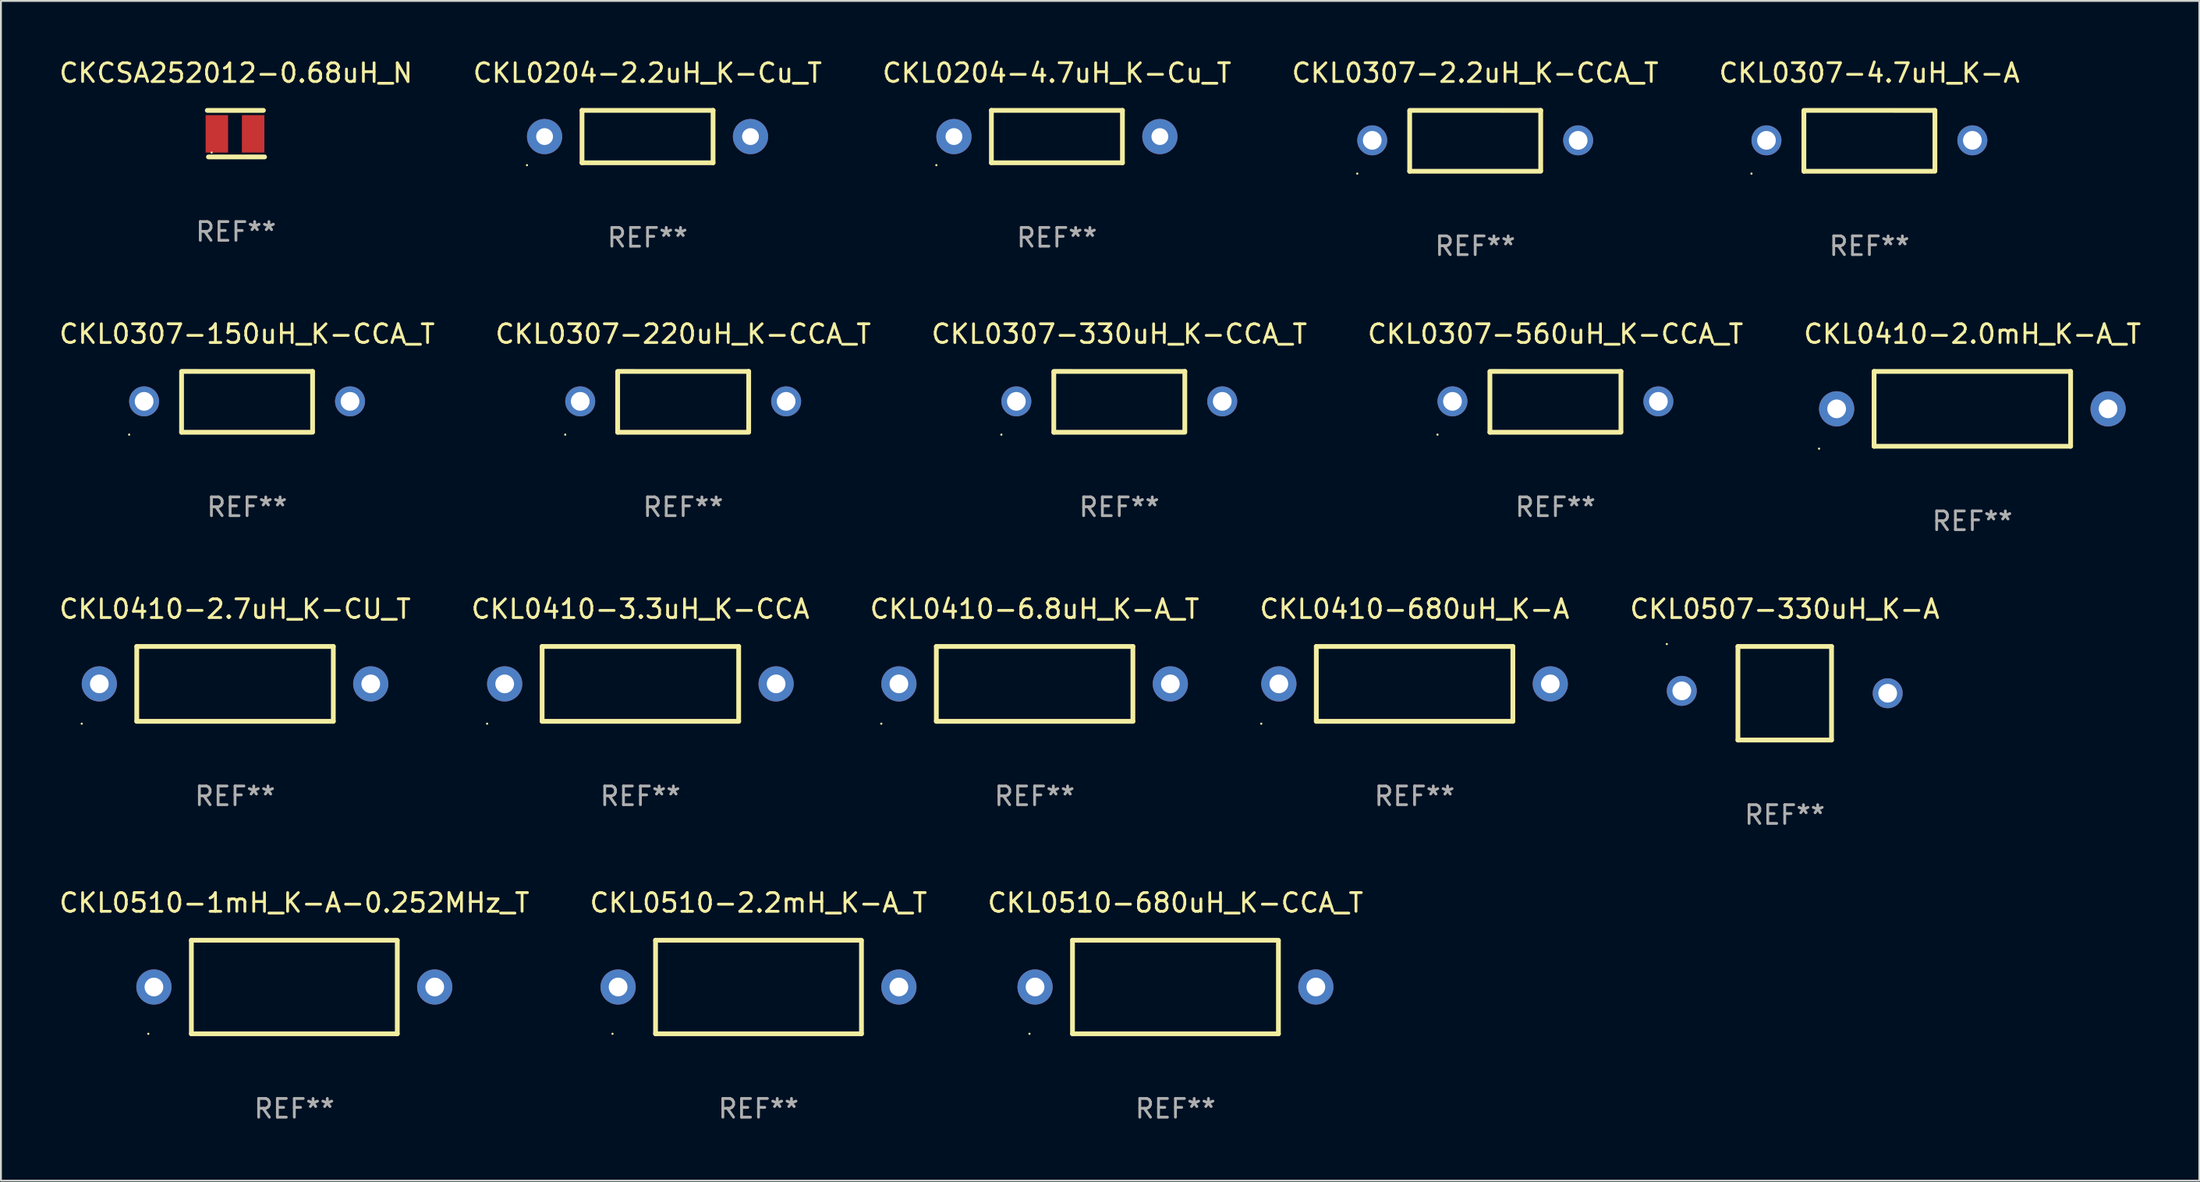
<source format=kicad_pcb>
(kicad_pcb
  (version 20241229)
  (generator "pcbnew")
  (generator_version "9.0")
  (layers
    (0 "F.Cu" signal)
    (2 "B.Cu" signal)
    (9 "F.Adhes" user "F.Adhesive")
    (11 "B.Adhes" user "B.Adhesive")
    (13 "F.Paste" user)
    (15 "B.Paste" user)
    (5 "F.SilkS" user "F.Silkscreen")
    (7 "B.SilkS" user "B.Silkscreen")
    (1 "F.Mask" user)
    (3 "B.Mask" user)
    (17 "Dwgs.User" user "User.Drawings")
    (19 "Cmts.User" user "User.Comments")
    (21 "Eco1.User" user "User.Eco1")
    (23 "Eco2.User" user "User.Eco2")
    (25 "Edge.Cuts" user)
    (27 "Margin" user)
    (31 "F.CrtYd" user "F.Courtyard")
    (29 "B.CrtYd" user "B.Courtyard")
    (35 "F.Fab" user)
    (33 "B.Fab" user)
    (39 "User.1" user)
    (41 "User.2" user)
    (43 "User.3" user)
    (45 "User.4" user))
  (footprint "CKL0410-2.7uH_K-CU_T"
    (layer "F.Cu")
    (at 9.506 33.492)
    (property "Reference" "CKL0410-2.7uH_K-CU_T" (at 0 -4 0) (layer "F.SilkS") (effects (font (size 1 1) (thickness 0.15))))
    (attr through_hole)
    (fp_line (start -5.25 -2) (end 5.25 -2) (stroke (width 0.254) (type solid)) (layer "F.SilkS"))
    (fp_line (start -5.25 2) (end -5.25 -2) (stroke (width 0.254) (type solid)) (layer "F.SilkS"))
    (fp_line (start 5.25 2) (end -5.25 2) (stroke (width 0.254) (type solid)) (layer "F.SilkS"))
    (fp_line (start 5.25 2) (end 5.25 -2) (stroke (width 0.254) (type solid)) (layer "F.SilkS"))
    (fp_circle (center -8.19 2.127) (end -8.16 2.127) (stroke (width 0.06) (type solid)) (fill no) (layer "F.SilkS"))
    (fp_text user "REF**" (at 0 6 0) (layer "F.Fab") (effects (font (size 1 1) (thickness 0.15))))
    (pad "1" thru_hole circle (at -7.25 0) (size 1.88 1.88) (drill 1) (layers "*.Cu" "*.Mask"))
    (pad "2" thru_hole circle (at 7.25 0) (size 1.88 1.88) (drill 1) (layers "*.Cu" "*.Mask")))
  (footprint "CKL0307-150uH_K-CCA_T"
    (layer "F.Cu")
    (at 10.149 18.421)
    (property "Reference" "CKL0307-150uH_K-CCA_T" (at 0 -3.626 0) (layer "F.SilkS") (effects (font (size 1 1) (thickness 0.15))))
    (attr through_hole)
    (fp_line (start -3.5 -1.626) (end 3.5 -1.625) (stroke (width 0.254) (type solid)) (layer "F.SilkS"))
    (fp_line (start -3.5 1.626) (end -3.5 -1.575) (stroke (width 0.254) (type solid)) (layer "F.SilkS"))
    (fp_line (start 3.5 -1.626) (end 3.5 1.575) (stroke (width 0.254) (type solid)) (layer "F.SilkS"))
    (fp_line (start 3.5 1.626) (end -3.5 1.626) (stroke (width 0.254) (type solid)) (layer "F.SilkS"))
    (fp_circle (center -6.3 1.753) (end -6.27 1.753) (stroke (width 0.06) (type solid)) (fill no) (layer "F.SilkS"))
    (fp_text user "REF**" (at 0 5.626 0) (layer "F.Fab") (effects (font (size 1 1) (thickness 0.15))))
    (pad "1" thru_hole circle (at -5.5 -0.025) (size 1.6 1.6) (drill 1) (layers "*.Cu" "*.Mask"))
    (pad "2" thru_hole circle (at 5.5 -0.025) (size 1.6 1.6) (drill 1) (layers "*.Cu" "*.Mask")))
  (footprint "CKL0410-680uH_K-A"
    (layer "F.Cu")
    (at 72.518 33.492)
    (property "Reference" "CKL0410-680uH_K-A" (at 0 -4 0) (layer "F.SilkS") (effects (font (size 1 1) (thickness 0.15))))
    (attr through_hole)
    (fp_line (start -5.25 -2) (end 5.25 -2) (stroke (width 0.254) (type solid)) (layer "F.SilkS"))
    (fp_line (start -5.25 2) (end -5.25 -2) (stroke (width 0.254) (type solid)) (layer "F.SilkS"))
    (fp_line (start 5.25 2) (end -5.25 2) (stroke (width 0.254) (type solid)) (layer "F.SilkS"))
    (fp_line (start 5.25 2) (end 5.25 -2) (stroke (width 0.254) (type solid)) (layer "F.SilkS"))
    (fp_circle (center -8.19 2.127) (end -8.16 2.127) (stroke (width 0.06) (type solid)) (fill no) (layer "F.SilkS"))
    (fp_text user "REF**" (at 0 6 0) (layer "F.Fab") (effects (font (size 1 1) (thickness 0.15))))
    (pad "1" thru_hole circle (at -7.25 0) (size 1.88 1.88) (drill 1) (layers "*.Cu" "*.Mask"))
    (pad "2" thru_hole circle (at 7.25 0) (size 1.88 1.88) (drill 1) (layers "*.Cu" "*.Mask")))
  (footprint "CKL0510-1mH_K-A-0.252MHz_T"
    (layer "F.Cu")
    (at 12.673 49.689)
    (property "Reference" "CKL0510-1mH_K-A-0.252MHz_T" (at 0 -4.5 0) (layer "F.SilkS") (effects (font (size 1 1) (thickness 0.15))))
    (attr through_hole)
    (fp_line (start -5.5 2.5) (end -5.5 -2.5) (stroke (width 0.254) (type solid)) (layer "F.SilkS"))
    (fp_line (start 5.5 -2.5) (end -5.5 -2.5) (stroke (width 0.254) (type solid)) (layer "F.SilkS"))
    (fp_line (start 5.5 2.5) (end -5.5 2.5) (stroke (width 0.254) (type solid)) (layer "F.SilkS"))
    (fp_line (start 5.5 2.5) (end 5.5 -2.46) (stroke (width 0.254) (type solid)) (layer "F.SilkS"))
    (fp_circle (center -7.8 2.5) (end -7.77 2.5) (stroke (width 0.06) (type solid)) (fill no) (layer "F.SilkS"))
    (fp_text user "REF**" (at 0 6.5 0) (layer "F.Fab") (effects (font (size 1 1) (thickness 0.15))))
    (pad "1" thru_hole circle (at -7.5 0) (size 1.88 1.88) (drill 1) (layers "*.Cu" "*.Mask"))
    (pad "2" thru_hole circle (at 7.5 0) (size 1.88 1.88) (drill 1) (layers "*.Cu" "*.Mask")))
  (footprint "CKL0507-330uH_K-A"
    (layer "F.Cu")
    (at 92.292 33.992)
    (property "Reference" "CKL0507-330uH_K-A" (at 0 -4.5 0) (layer "F.SilkS") (effects (font (size 1 1) (thickness 0.15))))
    (attr through_hole)
    (fp_line (start -2.5 -2.5) (end 2.5 -2.5) (stroke (width 0.254) (type solid)) (layer "F.SilkS"))
    (fp_line (start -2.5 2.5) (end -2.5 -2.5) (stroke (width 0.254) (type solid)) (layer "F.SilkS"))
    (fp_line (start 2.5 -2.5) (end 2.5 2.5) (stroke (width 0.254) (type solid)) (layer "F.SilkS"))
    (fp_line (start 2.5 2.5) (end -2.5 2.5) (stroke (width 0.254) (type solid)) (layer "F.SilkS"))
    (fp_circle (center -6.3 -2.627) (end -6.27 -2.627) (stroke (width 0.06) (type solid)) (fill no) (layer "F.SilkS"))
    (fp_text user "REF**" (at 0 6.5 0) (layer "F.Fab") (effects (font (size 1 1) (thickness 0.15))))
    (pad "1" thru_hole circle (at -5.5 -0.127) (size 1.6 1.6) (drill 1) (layers "*.Cu" "*.Mask"))
    (pad "2" thru_hole circle (at 5.5 0) (size 1.6 1.6) (drill 1) (layers "*.Cu" "*.Mask")))
  (footprint "CKL0410-6.8uH_K-A_T"
    (layer "F.Cu")
    (at 52.22 33.492)
    (property "Reference" "CKL0410-6.8uH_K-A_T" (at 0 -4 0) (layer "F.SilkS") (effects (font (size 1 1) (thickness 0.15))))
    (attr through_hole)
    (fp_line (start -5.25 -2) (end 5.25 -2) (stroke (width 0.254) (type solid)) (layer "F.SilkS"))
    (fp_line (start -5.25 2) (end -5.25 -2) (stroke (width 0.254) (type solid)) (layer "F.SilkS"))
    (fp_line (start 5.25 2) (end -5.25 2) (stroke (width 0.254) (type solid)) (layer "F.SilkS"))
    (fp_line (start 5.25 2) (end 5.25 -2) (stroke (width 0.254) (type solid)) (layer "F.SilkS"))
    (fp_circle (center -8.19 2.127) (end -8.16 2.127) (stroke (width 0.06) (type solid)) (fill no) (layer "F.SilkS"))
    (fp_text user "REF**" (at 0 6 0) (layer "F.Fab") (effects (font (size 1 1) (thickness 0.15))))
    (pad "1" thru_hole circle (at -7.25 0) (size 1.88 1.88) (drill 1) (layers "*.Cu" "*.Mask"))
    (pad "2" thru_hole circle (at 7.25 0) (size 1.88 1.88) (drill 1) (layers "*.Cu" "*.Mask")))
  (footprint "CKL0307-4.7uH_K-A"
    (layer "F.Cu")
    (at 96.815 4.474)
    (property "Reference" "CKL0307-4.7uH_K-A" (at 0 -3.626 0) (layer "F.SilkS") (effects (font (size 1 1) (thickness 0.15))))
    (attr through_hole)
    (fp_line (start -3.5 -1.626) (end 3.5 -1.625) (stroke (width 0.254) (type solid)) (layer "F.SilkS"))
    (fp_line (start -3.5 1.626) (end -3.5 -1.575) (stroke (width 0.254) (type solid)) (layer "F.SilkS"))
    (fp_line (start 3.5 -1.626) (end 3.5 1.575) (stroke (width 0.254) (type solid)) (layer "F.SilkS"))
    (fp_line (start 3.5 1.626) (end -3.5 1.626) (stroke (width 0.254) (type solid)) (layer "F.SilkS"))
    (fp_circle (center -6.3 1.753) (end -6.27 1.753) (stroke (width 0.06) (type solid)) (fill no) (layer "F.SilkS"))
    (fp_text user "REF**" (at 0 5.626 0) (layer "F.Fab") (effects (font (size 1 1) (thickness 0.15))))
    (pad "1" thru_hole circle (at -5.5 -0.025) (size 1.6 1.6) (drill 1) (layers "*.Cu" "*.Mask"))
    (pad "2" thru_hole circle (at 5.5 -0.025) (size 1.6 1.6) (drill 1) (layers "*.Cu" "*.Mask")))
  (footprint "CKL0410-3.3uH_K-CCA"
    (layer "F.Cu")
    (at 31.161 33.492)
    (property "Reference" "CKL0410-3.3uH_K-CCA" (at 0 -4 0) (layer "F.SilkS") (effects (font (size 1 1) (thickness 0.15))))
    (attr through_hole)
    (fp_line (start -5.25 -2) (end 5.25 -2) (stroke (width 0.254) (type solid)) (layer "F.SilkS"))
    (fp_line (start -5.25 2) (end -5.25 -2) (stroke (width 0.254) (type solid)) (layer "F.SilkS"))
    (fp_line (start 5.25 2) (end -5.25 2) (stroke (width 0.254) (type solid)) (layer "F.SilkS"))
    (fp_line (start 5.25 2) (end 5.25 -2) (stroke (width 0.254) (type solid)) (layer "F.SilkS"))
    (fp_circle (center -8.19 2.127) (end -8.16 2.127) (stroke (width 0.06) (type solid)) (fill no) (layer "F.SilkS"))
    (fp_text user "REF**" (at 0 6 0) (layer "F.Fab") (effects (font (size 1 1) (thickness 0.15))))
    (pad "1" thru_hole circle (at -7.25 0) (size 1.88 1.88) (drill 1) (layers "*.Cu" "*.Mask"))
    (pad "2" thru_hole circle (at 7.25 0) (size 1.88 1.88) (drill 1) (layers "*.Cu" "*.Mask")))
  (footprint "CKCSA252012-0.68uH_N"
    (layer "F.Cu")
    (at 9.554 4.092)
    (property "Reference" "CKCSA252012-0.68uH_N" (at 0 -3.243 0) (layer "F.SilkS") (effects (font (size 1 1) (thickness 0.15))))
    (attr through_hole)
    (fp_line (start -1.531 -1.243) (end 1.469 -1.243) (stroke (width 0.254) (type solid)) (layer "F.SilkS"))
    (fp_line (start -1.469 1.243) (end 1.531 1.243) (stroke (width 0.254) (type solid)) (layer "F.SilkS"))
    (fp_circle (center -1.3 1.009) (end -1.27 1.009) (stroke (width 0.06) (type solid)) (fill no) (layer "F.SilkS"))
    (fp_text user "REF**" (at 0 5.243 0) (layer "F.Fab") (effects (font (size 1 1) (thickness 0.15))))
    (pad "1" smd rect (at -1.019 0.009) (size 1.2 2) (layers "F.Cu" "F.Mask" "F.Paste"))
    (pad "2" smd rect (at 0.918 0.009) (size 1.2 2) (layers "F.Cu" "F.Mask" "F.Paste")))
  (footprint "CKL0510-680uH_K-CCA_T"
    (layer "F.Cu")
    (at 59.744 49.689)
    (property "Reference" "CKL0510-680uH_K-CCA_T" (at 0 -4.5 0) (layer "F.SilkS") (effects (font (size 1 1) (thickness 0.15))))
    (attr through_hole)
    (fp_line (start -5.5 2.5) (end -5.5 -2.5) (stroke (width 0.254) (type solid)) (layer "F.SilkS"))
    (fp_line (start 5.5 -2.5) (end -5.5 -2.5) (stroke (width 0.254) (type solid)) (layer "F.SilkS"))
    (fp_line (start 5.5 2.5) (end -5.5 2.5) (stroke (width 0.254) (type solid)) (layer "F.SilkS"))
    (fp_line (start 5.5 2.5) (end 5.5 -2.46) (stroke (width 0.254) (type solid)) (layer "F.SilkS"))
    (fp_circle (center -7.8 2.5) (end -7.77 2.5) (stroke (width 0.06) (type solid)) (fill no) (layer "F.SilkS"))
    (fp_text user "REF**" (at 0 6.5 0) (layer "F.Fab") (effects (font (size 1 1) (thickness 0.15))))
    (pad "1" thru_hole circle (at -7.5 0) (size 1.88 1.88) (drill 1) (layers "*.Cu" "*.Mask"))
    (pad "2" thru_hole circle (at 7.5 0) (size 1.88 1.88) (drill 1) (layers "*.Cu" "*.Mask")))
  (footprint "CKL0510-2.2mH_K-A_T"
    (layer "F.Cu")
    (at 37.47 49.689)
    (property "Reference" "CKL0510-2.2mH_K-A_T" (at 0 -4.5 0) (layer "F.SilkS") (effects (font (size 1 1) (thickness 0.15))))
    (attr through_hole)
    (fp_line (start -5.5 2.5) (end -5.5 -2.5) (stroke (width 0.254) (type solid)) (layer "F.SilkS"))
    (fp_line (start 5.5 -2.5) (end -5.5 -2.5) (stroke (width 0.254) (type solid)) (layer "F.SilkS"))
    (fp_line (start 5.5 2.5) (end -5.5 2.5) (stroke (width 0.254) (type solid)) (layer "F.SilkS"))
    (fp_line (start 5.5 2.5) (end 5.5 -2.46) (stroke (width 0.254) (type solid)) (layer "F.SilkS"))
    (fp_circle (center -7.8 2.5) (end -7.77 2.5) (stroke (width 0.06) (type solid)) (fill no) (layer "F.SilkS"))
    (fp_text user "REF**" (at 0 6.5 0) (layer "F.Fab") (effects (font (size 1 1) (thickness 0.15))))
    (pad "1" thru_hole circle (at -7.5 0) (size 1.88 1.88) (drill 1) (layers "*.Cu" "*.Mask"))
    (pad "2" thru_hole circle (at 7.5 0) (size 1.88 1.88) (drill 1) (layers "*.Cu" "*.Mask")))
  (footprint "CKL0307-220uH_K-CCA_T"
    (layer "F.Cu")
    (at 33.446 18.421)
    (property "Reference" "CKL0307-220uH_K-CCA_T" (at 0 -3.626 0) (layer "F.SilkS") (effects (font (size 1 1) (thickness 0.15))))
    (attr through_hole)
    (fp_line (start -3.5 -1.626) (end 3.5 -1.625) (stroke (width 0.254) (type solid)) (layer "F.SilkS"))
    (fp_line (start -3.5 1.626) (end -3.5 -1.575) (stroke (width 0.254) (type solid)) (layer "F.SilkS"))
    (fp_line (start 3.5 -1.626) (end 3.5 1.575) (stroke (width 0.254) (type solid)) (layer "F.SilkS"))
    (fp_line (start 3.5 1.626) (end -3.5 1.626) (stroke (width 0.254) (type solid)) (layer "F.SilkS"))
    (fp_circle (center -6.3 1.753) (end -6.27 1.753) (stroke (width 0.06) (type solid)) (fill no) (layer "F.SilkS"))
    (fp_text user "REF**" (at 0 5.626 0) (layer "F.Fab") (effects (font (size 1 1) (thickness 0.15))))
    (pad "1" thru_hole circle (at -5.5 -0.025) (size 1.6 1.6) (drill 1) (layers "*.Cu" "*.Mask"))
    (pad "2" thru_hole circle (at 5.5 -0.025) (size 1.6 1.6) (drill 1) (layers "*.Cu" "*.Mask")))
  (footprint "CKL0204-4.7uH_K-Cu_T"
    (layer "F.Cu")
    (at 53.411 4.248)
    (property "Reference" "CKL0204-4.7uH_K-Cu_T" (at 0 -3.4 0) (layer "F.SilkS") (effects (font (size 1 1) (thickness 0.15))))
    (attr through_hole)
    (fp_line (start -3.5 -1.4) (end 3.5 -1.4) (stroke (width 0.254) (type solid)) (layer "F.SilkS"))
    (fp_line (start -3.5 1.4) (end -3.5 -1.4) (stroke (width 0.254) (type solid)) (layer "F.SilkS"))
    (fp_line (start 3.5 1.4) (end -3.5 1.4) (stroke (width 0.254) (type solid)) (layer "F.SilkS"))
    (fp_line (start 3.5 1.4) (end 3.5 -1.4) (stroke (width 0.254) (type solid)) (layer "F.SilkS"))
    (fp_circle (center -6.44 1.527) (end -6.41 1.527) (stroke (width 0.06) (type solid)) (fill no) (layer "F.SilkS"))
    (fp_text user "REF**" (at 0 5.4 0) (layer "F.Fab") (effects (font (size 1 1) (thickness 0.15))))
    (pad "1" thru_hole circle (at -5.5 0) (size 1.88 1.88) (drill 0.899) (layers "*.Cu" "*.Mask"))
    (pad "2" thru_hole circle (at 5.5 0) (size 1.88 1.88) (drill 0.899) (layers "*.Cu" "*.Mask")))
  (footprint "CKL0307-2.2uH_K-CCA_T"
    (layer "F.Cu")
    (at 75.756 4.474)
    (property "Reference" "CKL0307-2.2uH_K-CCA_T" (at 0 -3.626 0) (layer "F.SilkS") (effects (font (size 1 1) (thickness 0.15))))
    (attr through_hole)
    (fp_line (start -3.5 -1.626) (end 3.5 -1.625) (stroke (width 0.254) (type solid)) (layer "F.SilkS"))
    (fp_line (start -3.5 1.626) (end -3.5 -1.575) (stroke (width 0.254) (type solid)) (layer "F.SilkS"))
    (fp_line (start 3.5 -1.626) (end 3.5 1.575) (stroke (width 0.254) (type solid)) (layer "F.SilkS"))
    (fp_line (start 3.5 1.626) (end -3.5 1.626) (stroke (width 0.254) (type solid)) (layer "F.SilkS"))
    (fp_circle (center -6.3 1.753) (end -6.27 1.753) (stroke (width 0.06) (type solid)) (fill no) (layer "F.SilkS"))
    (fp_text user "REF**" (at 0 5.626 0) (layer "F.Fab") (effects (font (size 1 1) (thickness 0.15))))
    (pad "1" thru_hole circle (at -5.5 -0.025) (size 1.6 1.6) (drill 1) (layers "*.Cu" "*.Mask"))
    (pad "2" thru_hole circle (at 5.5 -0.025) (size 1.6 1.6) (drill 1) (layers "*.Cu" "*.Mask")))
  (footprint "CKL0204-2.2uH_K-Cu_T"
    (layer "F.Cu")
    (at 31.542 4.248)
    (property "Reference" "CKL0204-2.2uH_K-Cu_T" (at 0 -3.4 0) (layer "F.SilkS") (effects (font (size 1 1) (thickness 0.15))))
    (attr through_hole)
    (fp_line (start -3.5 -1.4) (end 3.5 -1.4) (stroke (width 0.254) (type solid)) (layer "F.SilkS"))
    (fp_line (start -3.5 1.4) (end -3.5 -1.4) (stroke (width 0.254) (type solid)) (layer "F.SilkS"))
    (fp_line (start 3.5 1.4) (end -3.5 1.4) (stroke (width 0.254) (type solid)) (layer "F.SilkS"))
    (fp_line (start 3.5 1.4) (end 3.5 -1.4) (stroke (width 0.254) (type solid)) (layer "F.SilkS"))
    (fp_circle (center -6.44 1.527) (end -6.41 1.527) (stroke (width 0.06) (type solid)) (fill no) (layer "F.SilkS"))
    (fp_text user "REF**" (at 0 5.4 0) (layer "F.Fab") (effects (font (size 1 1) (thickness 0.15))))
    (pad "1" thru_hole circle (at -5.5 0) (size 1.88 1.88) (drill 0.899) (layers "*.Cu" "*.Mask"))
    (pad "2" thru_hole circle (at 5.5 0) (size 1.88 1.88) (drill 0.899) (layers "*.Cu" "*.Mask")))
  (footprint "CKL0410-2.0mH_K-A_T"
    (layer "F.Cu")
    (at 102.315 18.796)
    (property "Reference" "CKL0410-2.0mH_K-A_T" (at 0 -4 0) (layer "F.SilkS") (effects (font (size 1 1) (thickness 0.15))))
    (attr through_hole)
    (fp_line (start -5.25 -2) (end 5.25 -2) (stroke (width 0.254) (type solid)) (layer "F.SilkS"))
    (fp_line (start -5.25 2) (end -5.25 -2) (stroke (width 0.254) (type solid)) (layer "F.SilkS"))
    (fp_line (start 5.25 2) (end -5.25 2) (stroke (width 0.254) (type solid)) (layer "F.SilkS"))
    (fp_line (start 5.25 2) (end 5.25 -2) (stroke (width 0.254) (type solid)) (layer "F.SilkS"))
    (fp_circle (center -8.19 2.127) (end -8.16 2.127) (stroke (width 0.06) (type solid)) (fill no) (layer "F.SilkS"))
    (fp_text user "REF**" (at 0 6 0) (layer "F.Fab") (effects (font (size 1 1) (thickness 0.15))))
    (pad "1" thru_hole circle (at -7.25 0) (size 1.88 1.88) (drill 1) (layers "*.Cu" "*.Mask"))
    (pad "2" thru_hole circle (at 7.25 0) (size 1.88 1.88) (drill 1) (layers "*.Cu" "*.Mask")))
  (footprint "CKL0307-330uH_K-CCA_T"
    (layer "F.Cu")
    (at 56.744 18.421)
    (property "Reference" "CKL0307-330uH_K-CCA_T" (at 0 -3.626 0) (layer "F.SilkS") (effects (font (size 1 1) (thickness 0.15))))
    (attr through_hole)
    (fp_line (start -3.5 -1.626) (end 3.5 -1.625) (stroke (width 0.254) (type solid)) (layer "F.SilkS"))
    (fp_line (start -3.5 1.626) (end -3.5 -1.575) (stroke (width 0.254) (type solid)) (layer "F.SilkS"))
    (fp_line (start 3.5 -1.626) (end 3.5 1.575) (stroke (width 0.254) (type solid)) (layer "F.SilkS"))
    (fp_line (start 3.5 1.626) (end -3.5 1.626) (stroke (width 0.254) (type solid)) (layer "F.SilkS"))
    (fp_circle (center -6.3 1.753) (end -6.27 1.753) (stroke (width 0.06) (type solid)) (fill no) (layer "F.SilkS"))
    (fp_text user "REF**" (at 0 5.626 0) (layer "F.Fab") (effects (font (size 1 1) (thickness 0.15))))
    (pad "1" thru_hole circle (at -5.5 -0.025) (size 1.6 1.6) (drill 1) (layers "*.Cu" "*.Mask"))
    (pad "2" thru_hole circle (at 5.5 -0.025) (size 1.6 1.6) (drill 1) (layers "*.Cu" "*.Mask")))
  (footprint "CKL0307-560uH_K-CCA_T"
    (layer "F.Cu")
    (at 80.042 18.421)
    (property "Reference" "CKL0307-560uH_K-CCA_T" (at 0 -3.626 0) (layer "F.SilkS") (effects (font (size 1 1) (thickness 0.15))))
    (attr through_hole)
    (fp_line (start -3.5 -1.626) (end 3.5 -1.625) (stroke (width 0.254) (type solid)) (layer "F.SilkS"))
    (fp_line (start -3.5 1.626) (end -3.5 -1.575) (stroke (width 0.254) (type solid)) (layer "F.SilkS"))
    (fp_line (start 3.5 -1.626) (end 3.5 1.575) (stroke (width 0.254) (type solid)) (layer "F.SilkS"))
    (fp_line (start 3.5 1.626) (end -3.5 1.626) (stroke (width 0.254) (type solid)) (layer "F.SilkS"))
    (fp_circle (center -6.3 1.753) (end -6.27 1.753) (stroke (width 0.06) (type solid)) (fill no) (layer "F.SilkS"))
    (fp_text user "REF**" (at 0 5.626 0) (layer "F.Fab") (effects (font (size 1 1) (thickness 0.15))))
    (pad "1" thru_hole circle (at -5.5 -0.025) (size 1.6 1.6) (drill 1) (layers "*.Cu" "*.Mask"))
    (pad "2" thru_hole circle (at 5.5 -0.025) (size 1.6 1.6) (drill 1) (layers "*.Cu" "*.Mask")))
  (gr_rect
    (start -3 -3)
    (end 114.44 60.037)
    (stroke (width 0.1) (type default))
    (fill no)
    (layer "Edge.Cuts")))
</source>
